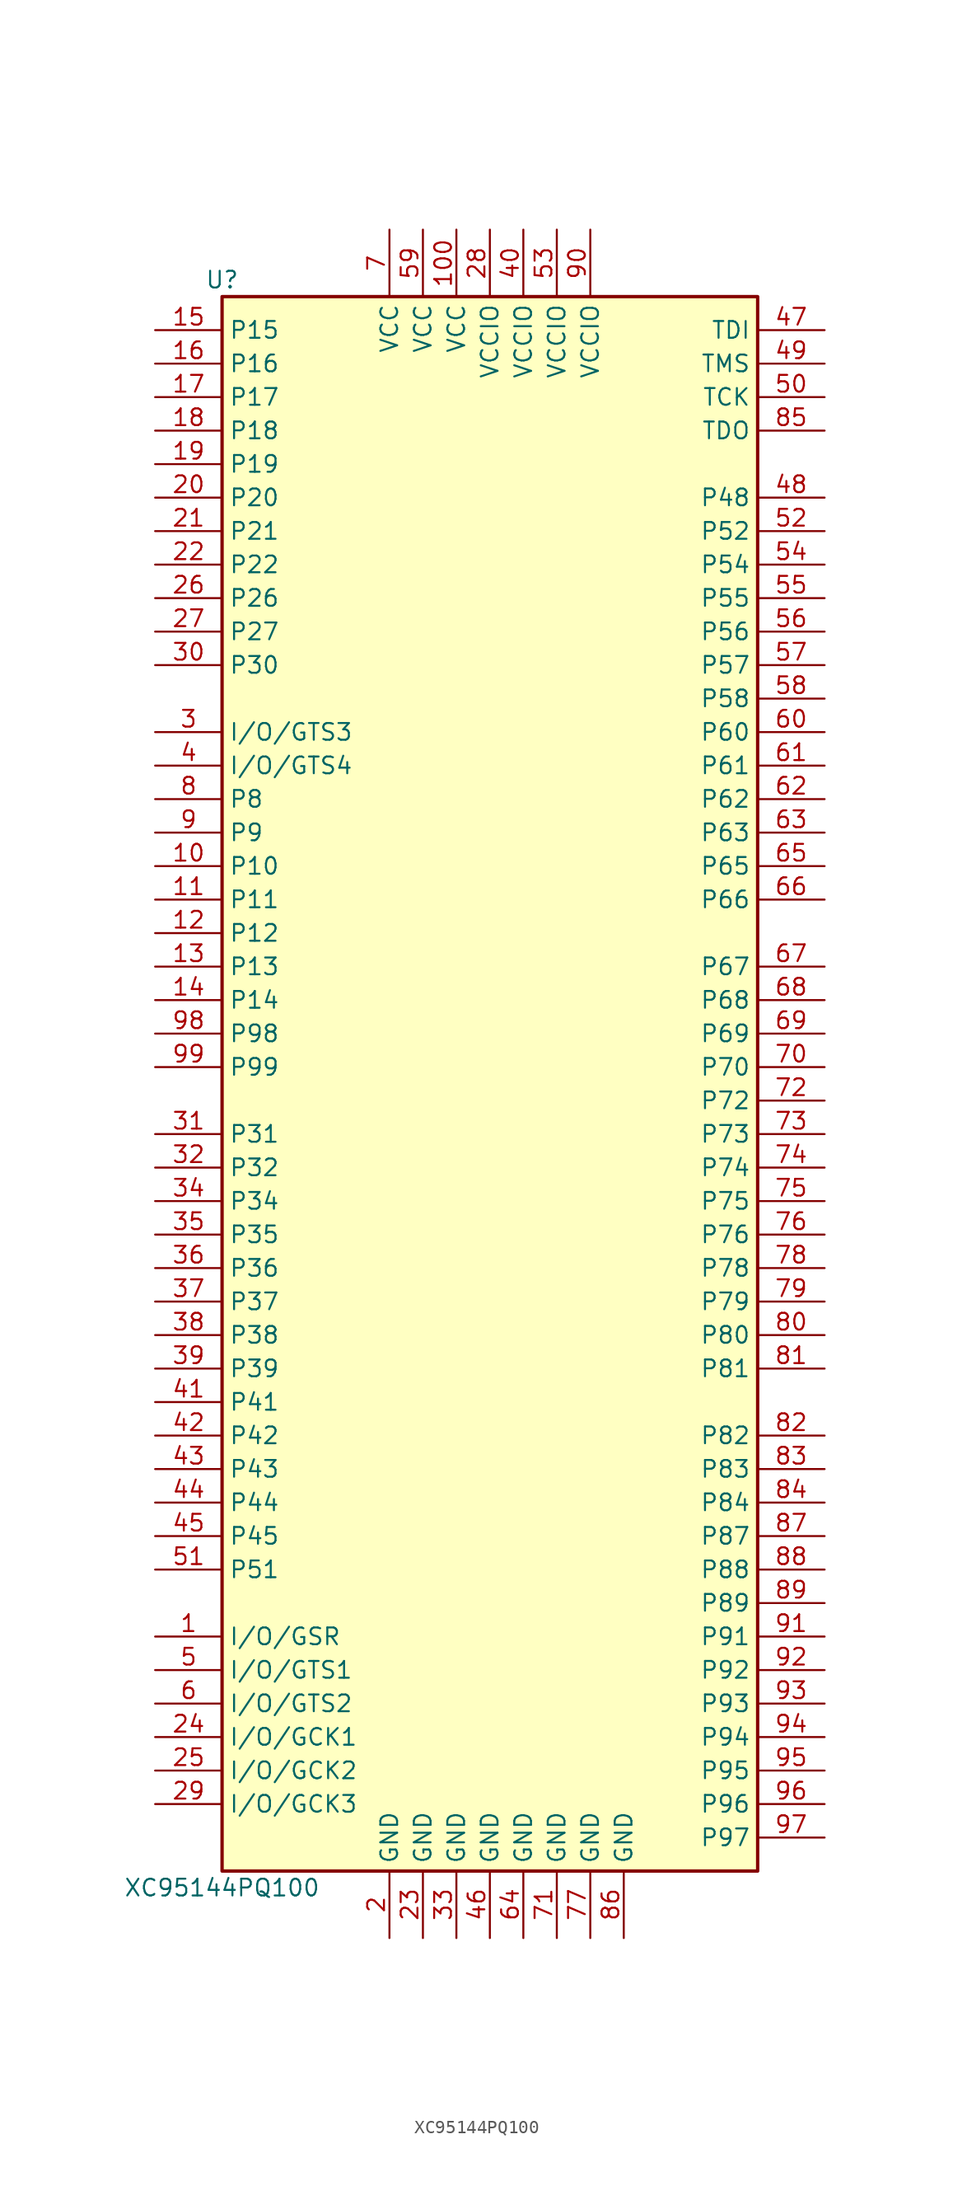
<source format=kicad_sym>
(kicad_symbol_lib
  (version 20201005)
  (generator kicad_symbol_editor)
  (symbol "XC95144PQ100"
    (property "Reference" "U"
      (at -20.32 59.69 0)
      (effects (font (size 1.27 1.27))))
    (property "Value" "XC95144PQ100"
      (at -20.32 -62.23 0)
      (effects (font (size 1.27 1.27))))
    (symbol "XC95144PQ100_1_1"
      (rectangle (start -20.32 58.42) (end 20.32 -60.96) (stroke (width 0.254)) (fill (type background)))
      (pin bidirectional line (at -25.4 -43.18 0) (length 5.08) (name "I/O/GSR" (effects (font (size 1.27 1.27)))) (number "1" (effects (font (size 1.27 1.27)))))
      (pin bidirectional line (at -25.4 15.24 0) (length 5.08) (name "P10" (effects (font (size 1.27 1.27)))) (number "10" (effects (font (size 1.27 1.27)))))
      (pin power_in line (at -2.54 63.5 270) (length 5.08) (name "VCC" (effects (font (size 1.27 1.27)))) (number "100" (effects (font (size 1.27 1.27)))))
      (pin bidirectional line (at -25.4 12.7 0) (length 5.08) (name "P11" (effects (font (size 1.27 1.27)))) (number "11" (effects (font (size 1.27 1.27)))))
      (pin bidirectional line (at -25.4 10.16 0) (length 5.08) (name "P12" (effects (font (size 1.27 1.27)))) (number "12" (effects (font (size 1.27 1.27)))))
      (pin bidirectional line (at -25.4 7.62 0) (length 5.08) (name "P13" (effects (font (size 1.27 1.27)))) (number "13" (effects (font (size 1.27 1.27)))))
      (pin bidirectional line (at -25.4 5.08 0) (length 5.08) (name "P14" (effects (font (size 1.27 1.27)))) (number "14" (effects (font (size 1.27 1.27)))))
      (pin bidirectional line (at -25.4 55.88 0) (length 5.08) (name "P15" (effects (font (size 1.27 1.27)))) (number "15" (effects (font (size 1.27 1.27)))))
      (pin bidirectional line (at -25.4 53.34 0) (length 5.08) (name "P16" (effects (font (size 1.27 1.27)))) (number "16" (effects (font (size 1.27 1.27)))))
      (pin bidirectional line (at -25.4 50.8 0) (length 5.08) (name "P17" (effects (font (size 1.27 1.27)))) (number "17" (effects (font (size 1.27 1.27)))))
      (pin bidirectional line (at -25.4 48.26 0) (length 5.08) (name "P18" (effects (font (size 1.27 1.27)))) (number "18" (effects (font (size 1.27 1.27)))))
      (pin bidirectional line (at -25.4 45.72 0) (length 5.08) (name "P19" (effects (font (size 1.27 1.27)))) (number "19" (effects (font (size 1.27 1.27)))))
      (pin power_in line (at -7.62 -66.04 90) (length 5.08) (name "GND" (effects (font (size 1.27 1.27)))) (number "2" (effects (font (size 1.27 1.27)))))
      (pin bidirectional line (at -25.4 43.18 0) (length 5.08) (name "P20" (effects (font (size 1.27 1.27)))) (number "20" (effects (font (size 1.27 1.27)))))
      (pin bidirectional line (at -25.4 40.64 0) (length 5.08) (name "P21" (effects (font (size 1.27 1.27)))) (number "21" (effects (font (size 1.27 1.27)))))
      (pin bidirectional line (at -25.4 38.1 0) (length 5.08) (name "P22" (effects (font (size 1.27 1.27)))) (number "22" (effects (font (size 1.27 1.27)))))
      (pin power_in line (at -5.08 -66.04 90) (length 5.08) (name "GND" (effects (font (size 1.27 1.27)))) (number "23" (effects (font (size 1.27 1.27)))))
      (pin bidirectional line (at -25.4 -50.8 0) (length 5.08) (name "I/O/GCK1" (effects (font (size 1.27 1.27)))) (number "24" (effects (font (size 1.27 1.27)))))
      (pin bidirectional line (at -25.4 -53.34 0) (length 5.08) (name "I/O/GCK2" (effects (font (size 1.27 1.27)))) (number "25" (effects (font (size 1.27 1.27)))))
      (pin bidirectional line (at -25.4 35.56 0) (length 5.08) (name "P26" (effects (font (size 1.27 1.27)))) (number "26" (effects (font (size 1.27 1.27)))))
      (pin bidirectional line (at -25.4 33.02 0) (length 5.08) (name "P27" (effects (font (size 1.27 1.27)))) (number "27" (effects (font (size 1.27 1.27)))))
      (pin power_in line (at 0 63.5 270) (length 5.08) (name "VCCIO" (effects (font (size 1.27 1.27)))) (number "28" (effects (font (size 1.27 1.27)))))
      (pin bidirectional line (at -25.4 -55.88 0) (length 5.08) (name "I/O/GCK3" (effects (font (size 1.27 1.27)))) (number "29" (effects (font (size 1.27 1.27)))))
      (pin bidirectional line (at -25.4 25.4 0) (length 5.08) (name "I/O/GTS3" (effects (font (size 1.27 1.27)))) (number "3" (effects (font (size 1.27 1.27)))))
      (pin bidirectional line (at -25.4 30.48 0) (length 5.08) (name "P30" (effects (font (size 1.27 1.27)))) (number "30" (effects (font (size 1.27 1.27)))))
      (pin bidirectional line (at -25.4 -5.08 0) (length 5.08) (name "P31" (effects (font (size 1.27 1.27)))) (number "31" (effects (font (size 1.27 1.27)))))
      (pin bidirectional line (at -25.4 -7.62 0) (length 5.08) (name "P32" (effects (font (size 1.27 1.27)))) (number "32" (effects (font (size 1.27 1.27)))))
      (pin power_in line (at -2.54 -66.04 90) (length 5.08) (name "GND" (effects (font (size 1.27 1.27)))) (number "33" (effects (font (size 1.27 1.27)))))
      (pin bidirectional line (at -25.4 -10.16 0) (length 5.08) (name "P34" (effects (font (size 1.27 1.27)))) (number "34" (effects (font (size 1.27 1.27)))))
      (pin bidirectional line (at -25.4 -12.7 0) (length 5.08) (name "P35" (effects (font (size 1.27 1.27)))) (number "35" (effects (font (size 1.27 1.27)))))
      (pin bidirectional line (at -25.4 -15.24 0) (length 5.08) (name "P36" (effects (font (size 1.27 1.27)))) (number "36" (effects (font (size 1.27 1.27)))))
      (pin bidirectional line (at -25.4 -17.78 0) (length 5.08) (name "P37" (effects (font (size 1.27 1.27)))) (number "37" (effects (font (size 1.27 1.27)))))
      (pin bidirectional line (at -25.4 -20.32 0) (length 5.08) (name "P38" (effects (font (size 1.27 1.27)))) (number "38" (effects (font (size 1.27 1.27)))))
      (pin bidirectional line (at -25.4 -22.86 0) (length 5.08) (name "P39" (effects (font (size 1.27 1.27)))) (number "39" (effects (font (size 1.27 1.27)))))
      (pin bidirectional line (at -25.4 22.86 0) (length 5.08) (name "I/O/GTS4" (effects (font (size 1.27 1.27)))) (number "4" (effects (font (size 1.27 1.27)))))
      (pin power_in line (at 2.54 63.5 270) (length 5.08) (name "VCCIO" (effects (font (size 1.27 1.27)))) (number "40" (effects (font (size 1.27 1.27)))))
      (pin bidirectional line (at -25.4 -25.4 0) (length 5.08) (name "P41" (effects (font (size 1.27 1.27)))) (number "41" (effects (font (size 1.27 1.27)))))
      (pin bidirectional line (at -25.4 -27.94 0) (length 5.08) (name "P42" (effects (font (size 1.27 1.27)))) (number "42" (effects (font (size 1.27 1.27)))))
      (pin bidirectional line (at -25.4 -30.48 0) (length 5.08) (name "P43" (effects (font (size 1.27 1.27)))) (number "43" (effects (font (size 1.27 1.27)))))
      (pin bidirectional line (at -25.4 -33.02 0) (length 5.08) (name "P44" (effects (font (size 1.27 1.27)))) (number "44" (effects (font (size 1.27 1.27)))))
      (pin bidirectional line (at -25.4 -35.56 0) (length 5.08) (name "P45" (effects (font (size 1.27 1.27)))) (number "45" (effects (font (size 1.27 1.27)))))
      (pin power_in line (at 0 -66.04 90) (length 5.08) (name "GND" (effects (font (size 1.27 1.27)))) (number "46" (effects (font (size 1.27 1.27)))))
      (pin input line (at 25.4 55.88 180) (length 5.08) (name "TDI" (effects (font (size 1.27 1.27)))) (number "47" (effects (font (size 1.27 1.27)))))
      (pin bidirectional line (at 25.4 43.18 180) (length 5.08) (name "P48" (effects (font (size 1.27 1.27)))) (number "48" (effects (font (size 1.27 1.27)))))
      (pin input line (at 25.4 53.34 180) (length 5.08) (name "TMS" (effects (font (size 1.27 1.27)))) (number "49" (effects (font (size 1.27 1.27)))))
      (pin bidirectional line (at -25.4 -45.72 0) (length 5.08) (name "I/O/GTS1" (effects (font (size 1.27 1.27)))) (number "5" (effects (font (size 1.27 1.27)))))
      (pin input line (at 25.4 50.8 180) (length 5.08) (name "TCK" (effects (font (size 1.27 1.27)))) (number "50" (effects (font (size 1.27 1.27)))))
      (pin bidirectional line (at -25.4 -38.1 0) (length 5.08) (name "P51" (effects (font (size 1.27 1.27)))) (number "51" (effects (font (size 1.27 1.27)))))
      (pin bidirectional line (at 25.4 40.64 180) (length 5.08) (name "P52" (effects (font (size 1.27 1.27)))) (number "52" (effects (font (size 1.27 1.27)))))
      (pin power_in line (at 5.08 63.5 270) (length 5.08) (name "VCCIO" (effects (font (size 1.27 1.27)))) (number "53" (effects (font (size 1.27 1.27)))))
      (pin bidirectional line (at 25.4 38.1 180) (length 5.08) (name "P54" (effects (font (size 1.27 1.27)))) (number "54" (effects (font (size 1.27 1.27)))))
      (pin bidirectional line (at 25.4 35.56 180) (length 5.08) (name "P55" (effects (font (size 1.27 1.27)))) (number "55" (effects (font (size 1.27 1.27)))))
      (pin bidirectional line (at 25.4 33.02 180) (length 5.08) (name "P56" (effects (font (size 1.27 1.27)))) (number "56" (effects (font (size 1.27 1.27)))))
      (pin bidirectional line (at 25.4 30.48 180) (length 5.08) (name "P57" (effects (font (size 1.27 1.27)))) (number "57" (effects (font (size 1.27 1.27)))))
      (pin bidirectional line (at 25.4 27.94 180) (length 5.08) (name "P58" (effects (font (size 1.27 1.27)))) (number "58" (effects (font (size 1.27 1.27)))))
      (pin power_in line (at -5.08 63.5 270) (length 5.08) (name "VCC" (effects (font (size 1.27 1.27)))) (number "59" (effects (font (size 1.27 1.27)))))
      (pin bidirectional line (at -25.4 -48.26 0) (length 5.08) (name "I/O/GTS2" (effects (font (size 1.27 1.27)))) (number "6" (effects (font (size 1.27 1.27)))))
      (pin bidirectional line (at 25.4 25.4 180) (length 5.08) (name "P60" (effects (font (size 1.27 1.27)))) (number "60" (effects (font (size 1.27 1.27)))))
      (pin bidirectional line (at 25.4 22.86 180) (length 5.08) (name "P61" (effects (font (size 1.27 1.27)))) (number "61" (effects (font (size 1.27 1.27)))))
      (pin bidirectional line (at 25.4 20.32 180) (length 5.08) (name "P62" (effects (font (size 1.27 1.27)))) (number "62" (effects (font (size 1.27 1.27)))))
      (pin bidirectional line (at 25.4 17.78 180) (length 5.08) (name "P63" (effects (font (size 1.27 1.27)))) (number "63" (effects (font (size 1.27 1.27)))))
      (pin power_in line (at 2.54 -66.04 90) (length 5.08) (name "GND" (effects (font (size 1.27 1.27)))) (number "64" (effects (font (size 1.27 1.27)))))
      (pin bidirectional line (at 25.4 15.24 180) (length 5.08) (name "P65" (effects (font (size 1.27 1.27)))) (number "65" (effects (font (size 1.27 1.27)))))
      (pin bidirectional line (at 25.4 12.7 180) (length 5.08) (name "P66" (effects (font (size 1.27 1.27)))) (number "66" (effects (font (size 1.27 1.27)))))
      (pin bidirectional line (at 25.4 7.62 180) (length 5.08) (name "P67" (effects (font (size 1.27 1.27)))) (number "67" (effects (font (size 1.27 1.27)))))
      (pin bidirectional line (at 25.4 5.08 180) (length 5.08) (name "P68" (effects (font (size 1.27 1.27)))) (number "68" (effects (font (size 1.27 1.27)))))
      (pin bidirectional line (at 25.4 2.54 180) (length 5.08) (name "P69" (effects (font (size 1.27 1.27)))) (number "69" (effects (font (size 1.27 1.27)))))
      (pin power_in line (at -7.62 63.5 270) (length 5.08) (name "VCC" (effects (font (size 1.27 1.27)))) (number "7" (effects (font (size 1.27 1.27)))))
      (pin bidirectional line (at 25.4 0 180) (length 5.08) (name "P70" (effects (font (size 1.27 1.27)))) (number "70" (effects (font (size 1.27 1.27)))))
      (pin power_in line (at 5.08 -66.04 90) (length 5.08) (name "GND" (effects (font (size 1.27 1.27)))) (number "71" (effects (font (size 1.27 1.27)))))
      (pin bidirectional line (at 25.4 -2.54 180) (length 5.08) (name "P72" (effects (font (size 1.27 1.27)))) (number "72" (effects (font (size 1.27 1.27)))))
      (pin bidirectional line (at 25.4 -5.08 180) (length 5.08) (name "P73" (effects (font (size 1.27 1.27)))) (number "73" (effects (font (size 1.27 1.27)))))
      (pin bidirectional line (at 25.4 -7.62 180) (length 5.08) (name "P74" (effects (font (size 1.27 1.27)))) (number "74" (effects (font (size 1.27 1.27)))))
      (pin bidirectional line (at 25.4 -10.16 180) (length 5.08) (name "P75" (effects (font (size 1.27 1.27)))) (number "75" (effects (font (size 1.27 1.27)))))
      (pin bidirectional line (at 25.4 -12.7 180) (length 5.08) (name "P76" (effects (font (size 1.27 1.27)))) (number "76" (effects (font (size 1.27 1.27)))))
      (pin power_in line (at 7.62 -66.04 90) (length 5.08) (name "GND" (effects (font (size 1.27 1.27)))) (number "77" (effects (font (size 1.27 1.27)))))
      (pin bidirectional line (at 25.4 -15.24 180) (length 5.08) (name "P78" (effects (font (size 1.27 1.27)))) (number "78" (effects (font (size 1.27 1.27)))))
      (pin bidirectional line (at 25.4 -17.78 180) (length 5.08) (name "P79" (effects (font (size 1.27 1.27)))) (number "79" (effects (font (size 1.27 1.27)))))
      (pin bidirectional line (at -25.4 20.32 0) (length 5.08) (name "P8" (effects (font (size 1.27 1.27)))) (number "8" (effects (font (size 1.27 1.27)))))
      (pin bidirectional line (at 25.4 -20.32 180) (length 5.08) (name "P80" (effects (font (size 1.27 1.27)))) (number "80" (effects (font (size 1.27 1.27)))))
      (pin bidirectional line (at 25.4 -22.86 180) (length 5.08) (name "P81" (effects (font (size 1.27 1.27)))) (number "81" (effects (font (size 1.27 1.27)))))
      (pin bidirectional line (at 25.4 -27.94 180) (length 5.08) (name "P82" (effects (font (size 1.27 1.27)))) (number "82" (effects (font (size 1.27 1.27)))))
      (pin bidirectional line (at 25.4 -30.48 180) (length 5.08) (name "P83" (effects (font (size 1.27 1.27)))) (number "83" (effects (font (size 1.27 1.27)))))
      (pin bidirectional line (at 25.4 -33.02 180) (length 5.08) (name "P84" (effects (font (size 1.27 1.27)))) (number "84" (effects (font (size 1.27 1.27)))))
      (pin output line (at 25.4 48.26 180) (length 5.08) (name "TDO" (effects (font (size 1.27 1.27)))) (number "85" (effects (font (size 1.27 1.27)))))
      (pin power_in line (at 10.16 -66.04 90) (length 5.08) (name "GND" (effects (font (size 1.27 1.27)))) (number "86" (effects (font (size 1.27 1.27)))))
      (pin bidirectional line (at 25.4 -35.56 180) (length 5.08) (name "P87" (effects (font (size 1.27 1.27)))) (number "87" (effects (font (size 1.27 1.27)))))
      (pin bidirectional line (at 25.4 -38.1 180) (length 5.08) (name "P88" (effects (font (size 1.27 1.27)))) (number "88" (effects (font (size 1.27 1.27)))))
      (pin bidirectional line (at 25.4 -40.64 180) (length 5.08) (name "P89" (effects (font (size 1.27 1.27)))) (number "89" (effects (font (size 1.27 1.27)))))
      (pin bidirectional line (at -25.4 17.78 0) (length 5.08) (name "P9" (effects (font (size 1.27 1.27)))) (number "9" (effects (font (size 1.27 1.27)))))
      (pin power_in line (at 7.62 63.5 270) (length 5.08) (name "VCCIO" (effects (font (size 1.27 1.27)))) (number "90" (effects (font (size 1.27 1.27)))))
      (pin bidirectional line (at 25.4 -43.18 180) (length 5.08) (name "P91" (effects (font (size 1.27 1.27)))) (number "91" (effects (font (size 1.27 1.27)))))
      (pin bidirectional line (at 25.4 -45.72 180) (length 5.08) (name "P92" (effects (font (size 1.27 1.27)))) (number "92" (effects (font (size 1.27 1.27)))))
      (pin bidirectional line (at 25.4 -48.26 180) (length 5.08) (name "P93" (effects (font (size 1.27 1.27)))) (number "93" (effects (font (size 1.27 1.27)))))
      (pin bidirectional line (at 25.4 -50.8 180) (length 5.08) (name "P94" (effects (font (size 1.27 1.27)))) (number "94" (effects (font (size 1.27 1.27)))))
      (pin bidirectional line (at 25.4 -53.34 180) (length 5.08) (name "P95" (effects (font (size 1.27 1.27)))) (number "95" (effects (font (size 1.27 1.27)))))
      (pin bidirectional line (at 25.4 -55.88 180) (length 5.08) (name "P96" (effects (font (size 1.27 1.27)))) (number "96" (effects (font (size 1.27 1.27)))))
      (pin bidirectional line (at 25.4 -58.42 180) (length 5.08) (name "P97" (effects (font (size 1.27 1.27)))) (number "97" (effects (font (size 1.27 1.27)))))
      (pin bidirectional line (at -25.4 2.54 0) (length 5.08) (name "P98" (effects (font (size 1.27 1.27)))) (number "98" (effects (font (size 1.27 1.27)))))
      (pin bidirectional line (at -25.4 0 0) (length 5.08) (name "P99" (effects (font (size 1.27 1.27)))) (number "99" (effects (font (size 1.27 1.27))))))))
</source>
